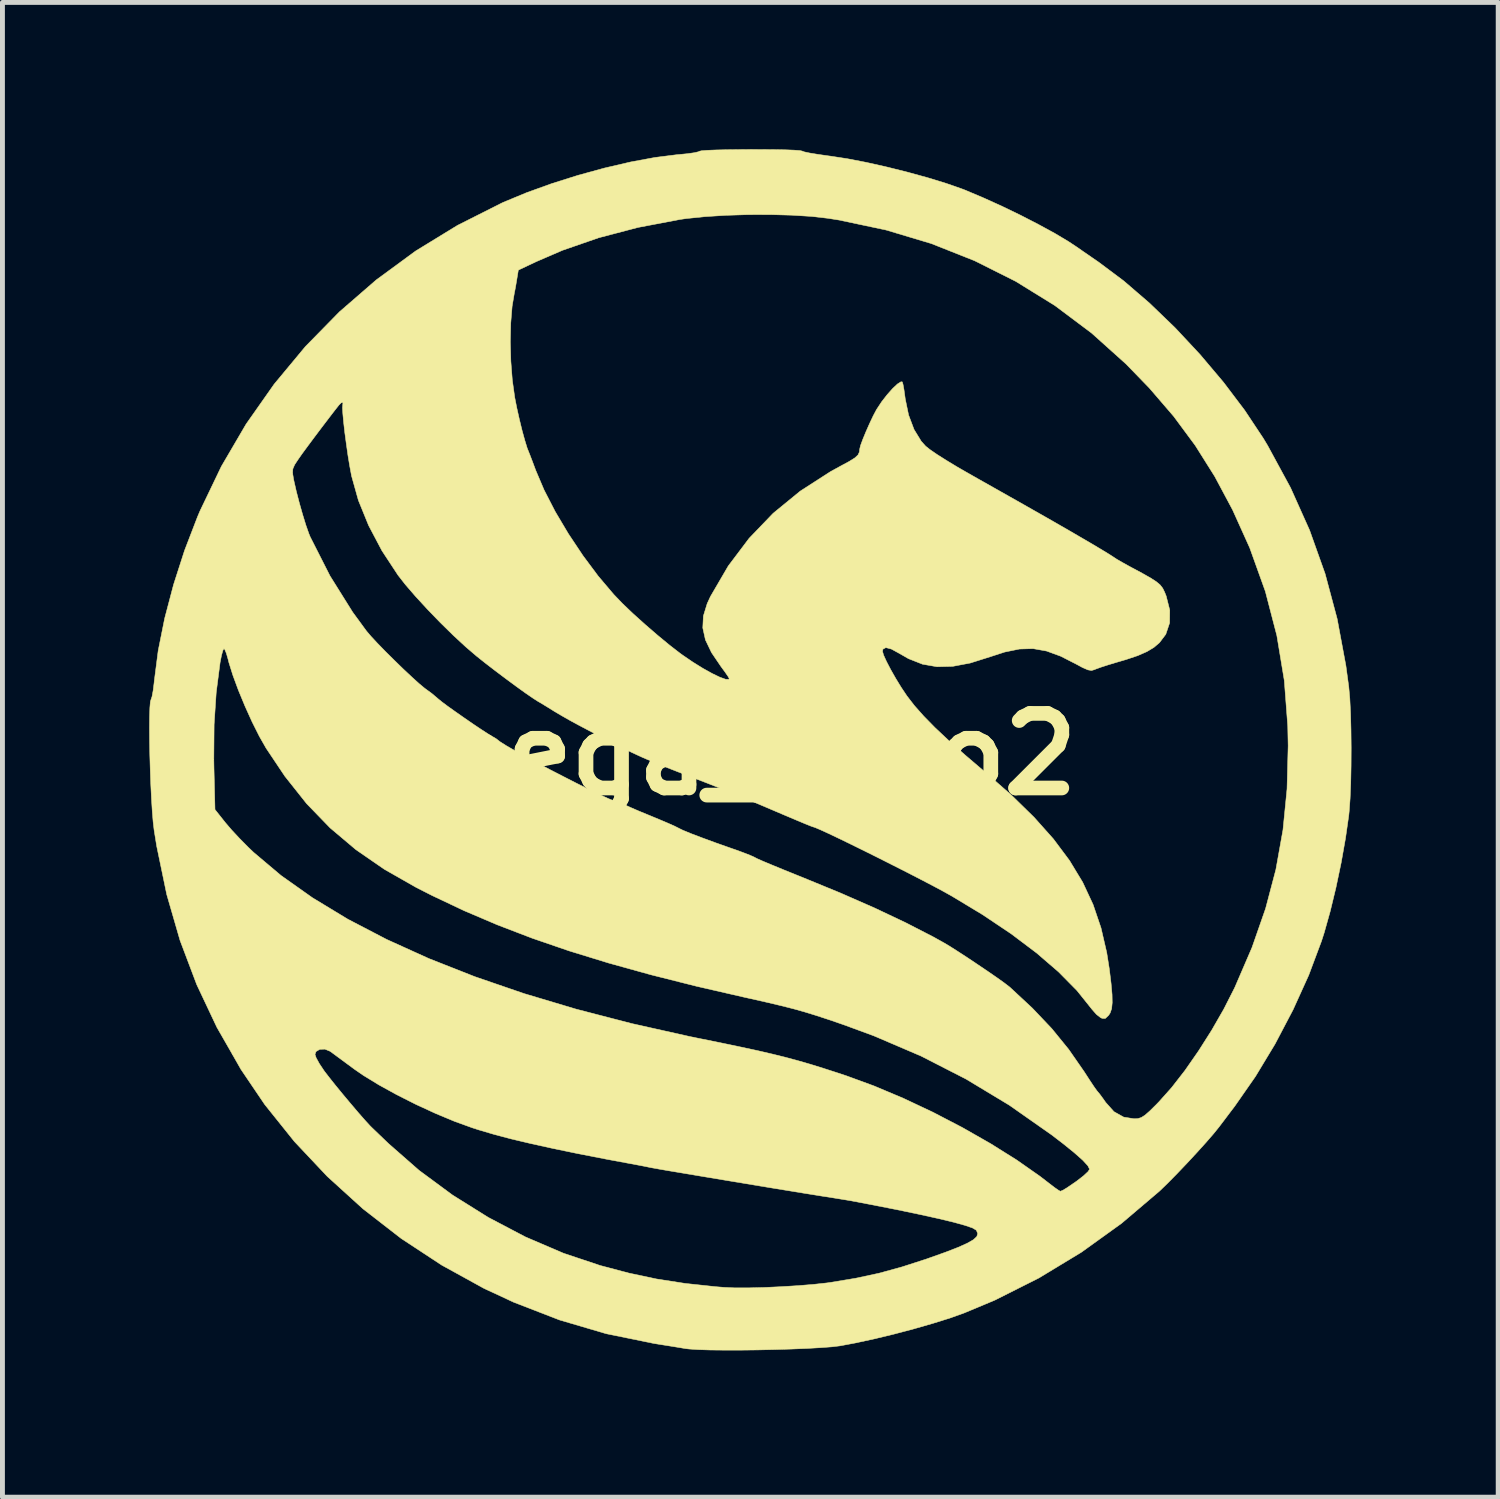
<source format=kicad_pcb>
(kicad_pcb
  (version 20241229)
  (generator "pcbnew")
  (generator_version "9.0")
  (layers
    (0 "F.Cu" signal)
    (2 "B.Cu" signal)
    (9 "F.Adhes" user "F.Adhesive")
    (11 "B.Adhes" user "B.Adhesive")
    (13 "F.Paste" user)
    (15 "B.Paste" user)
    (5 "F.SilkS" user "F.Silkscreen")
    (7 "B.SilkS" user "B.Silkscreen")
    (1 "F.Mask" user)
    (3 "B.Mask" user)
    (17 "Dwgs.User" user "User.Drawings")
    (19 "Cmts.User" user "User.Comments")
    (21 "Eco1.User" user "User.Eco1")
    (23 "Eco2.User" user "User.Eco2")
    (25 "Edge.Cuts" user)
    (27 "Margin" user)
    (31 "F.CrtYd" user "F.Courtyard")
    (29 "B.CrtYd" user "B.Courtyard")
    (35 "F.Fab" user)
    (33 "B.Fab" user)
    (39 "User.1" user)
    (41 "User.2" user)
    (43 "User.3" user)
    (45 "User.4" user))
  (footprint "pega_logo2"
    (layer "F.Cu")
    (at 12.447 12.366)
    (property "Reference" "pega_logo2" (at 0 0 0) (layer "F.SilkS") (effects (font (size 1.524 1.524) (thickness 0.3))))
    (attr through_hole)
    (fp_poly (pts (xy 0.106 -12.36) (xy 0.349 -12.358) (xy 0.564 -12.354) (xy 0.736 -12.347) (xy 0.851 -12.339) (xy 0.896 -12.329) (xy 0.896 -12.329) (xy 0.941 -12.312) (xy 1.054 -12.288) (xy 1.22 -12.261) (xy 1.422 -12.232) (xy 1.482 -12.224) (xy 1.821 -12.172) (xy 2.21 -12.097) (xy 2.628 -12.003) (xy 3.053 -11.897) (xy 3.464 -11.784) (xy 3.839 -11.669) (xy 4.157 -11.558) (xy 4.22 -11.534) (xy 4.588 -11.379) (xy 4.973 -11.205) (xy 5.358 -11.019) (xy 5.725 -10.83) (xy 6.059 -10.648) (xy 6.342 -10.479) (xy 6.498 -10.376) (xy 6.652 -10.269) (xy 6.83 -10.146) (xy 6.954 -10.061) (xy 7.47 -9.675) (xy 7.997 -9.221) (xy 8.521 -8.716) (xy 9.029 -8.172) (xy 9.508 -7.605) (xy 9.943 -7.03) (xy 10.322 -6.459) (xy 10.411 -6.311) (xy 10.88 -5.447) (xy 11.27 -4.577) (xy 11.586 -3.69) (xy 11.832 -2.771) (xy 12.011 -1.811) (xy 12.07 -1.376) (xy 12.091 -1.142) (xy 12.106 -0.843) (xy 12.115 -0.5) (xy 12.119 -0.134) (xy 12.117 0.237) (xy 12.11 0.591) (xy 12.097 0.908) (xy 12.078 1.169) (xy 12.07 1.249) (xy 12.003 1.718) (xy 11.914 2.219) (xy 11.808 2.724) (xy 11.691 3.208) (xy 11.568 3.646) (xy 11.512 3.82) (xy 11.252 4.514) (xy 10.931 5.222) (xy 10.564 5.921) (xy 10.163 6.585) (xy 9.743 7.188) (xy 9.627 7.341) (xy 9.521 7.482) (xy 9.441 7.587) (xy 9.42 7.615) (xy 9.309 7.753) (xy 9.152 7.934) (xy 8.964 8.142) (xy 8.762 8.36) (xy 8.559 8.573) (xy 8.37 8.765) (xy 8.212 8.918) (xy 8.197 8.932) (xy 7.426 9.587) (xy 6.602 10.18) (xy 5.735 10.705) (xy 4.834 11.158) (xy 4.212 11.418) (xy 3.922 11.522) (xy 3.57 11.632) (xy 3.177 11.745) (xy 2.768 11.853) (xy 2.361 11.951) (xy 1.981 12.033) (xy 1.672 12.091) (xy 1.507 12.111) (xy 1.277 12.128) (xy 0.995 12.144) (xy 0.675 12.157) (xy 0.333 12.167) (xy -0.018 12.175) (xy -0.365 12.179) (xy -0.691 12.179) (xy -0.984 12.176) (xy -1.229 12.168) (xy -1.411 12.156) (xy -1.482 12.148) (xy -1.629 12.123) (xy -1.826 12.091) (xy -2.041 12.057) (xy -2.138 12.041) (xy -3.107 11.843) (xy -4.062 11.562) (xy -5.002 11.198) (xy -5.607 10.916) (xy -6.471 10.44) (xy -7.297 9.897) (xy -8.079 9.29) (xy -8.808 8.628) (xy -9.48 7.915) (xy -10.086 7.159) (xy -10.574 6.438) (xy -10.747 6.134) (xy -9.059 6.134) (xy -9.035 6.205) (xy -8.972 6.32) (xy -8.882 6.456) (xy -8.863 6.483) (xy -8.768 6.606) (xy -8.639 6.768) (xy -8.488 6.952) (xy -8.329 7.142) (xy -8.176 7.322) (xy -8.041 7.476) (xy -7.939 7.588) (xy -7.902 7.625) (xy -7.846 7.679) (xy -7.746 7.775) (xy -7.619 7.897) (xy -7.551 7.962) (xy -6.931 8.505) (xy -6.248 9.009) (xy -5.519 9.465) (xy -4.758 9.865) (xy -3.981 10.198) (xy -3.231 10.449) (xy -2.644 10.604) (xy -2.075 10.725) (xy -1.495 10.815) (xy -0.871 10.882) (xy -0.699 10.896) (xy -0.48 10.906) (xy -0.199 10.906) (xy 0.124 10.898) (xy 0.467 10.882) (xy 0.809 10.861) (xy 1.129 10.835) (xy 1.405 10.805) (xy 1.482 10.794) (xy 1.994 10.709) (xy 2.468 10.607) (xy 2.938 10.478) (xy 3.442 10.315) (xy 3.501 10.294) (xy 3.832 10.176) (xy 4.087 10.077) (xy 4.274 9.993) (xy 4.398 9.922) (xy 4.467 9.858) (xy 4.486 9.798) (xy 4.463 9.738) (xy 4.452 9.724) (xy 4.381 9.682) (xy 4.227 9.629) (xy 3.993 9.564) (xy 3.68 9.489) (xy 3.29 9.403) (xy 2.825 9.306) (xy 2.285 9.2) (xy 1.884 9.124) (xy 1.789 9.108) (xy 1.635 9.083) (xy 1.445 9.052) (xy 1.312 9.032) (xy 1.151 9.006) (xy 0.932 8.971) (xy 0.665 8.927) (xy 0.363 8.878) (xy 0.036 8.824) (xy -0.305 8.767) (xy -0.649 8.71) (xy -0.985 8.654) (xy -1.301 8.601) (xy -1.587 8.553) (xy -1.832 8.512) (xy -2.024 8.479) (xy -2.152 8.456) (xy -2.201 8.447) (xy -2.326 8.421) (xy -2.43 8.401) (xy -3.092 8.278) (xy -3.678 8.164) (xy -4.194 8.057) (xy -4.648 7.957) (xy -5.048 7.862) (xy -5.4 7.769) (xy -5.712 7.677) (xy -5.842 7.635) (xy -6.202 7.505) (xy -6.593 7.342) (xy -6.995 7.157) (xy -7.389 6.958) (xy -7.754 6.757) (xy -8.071 6.563) (xy -8.255 6.436) (xy -8.423 6.312) (xy -8.575 6.2) (xy -8.691 6.114) (xy -8.752 6.07) (xy -8.857 6.027) (xy -8.962 6.031) (xy -9.038 6.076) (xy -9.059 6.134) (xy -10.747 6.134) (xy -11.063 5.583) (xy -11.476 4.708) (xy -11.817 3.805) (xy -12.089 2.866) (xy -12.294 1.88) (xy -12.347 1.551) (xy -12.367 1.384) (xy -12.385 1.164) (xy -12.401 0.905) (xy -12.415 0.62) (xy -12.426 0.32) (xy -12.432 0.109) (xy -11.127 0.109) (xy -11.124 0.279) (xy -11.103 1.13) (xy -10.888 1.401) (xy -10.762 1.548) (xy -10.598 1.724) (xy -10.421 1.903) (xy -10.314 2.005) (xy -9.752 2.479) (xy -9.109 2.934) (xy -8.39 3.37) (xy -7.595 3.784) (xy -6.728 4.177) (xy -5.791 4.546) (xy -4.787 4.891) (xy -3.719 5.21) (xy -2.589 5.503) (xy -1.4 5.769) (xy -1.234 5.803) (xy -0.764 5.898) (xy -0.363 5.982) (xy -0.019 6.056) (xy 0.282 6.126) (xy 0.554 6.193) (xy 0.81 6.262) (xy 1.063 6.335) (xy 1.327 6.417) (xy 1.615 6.51) (xy 1.799 6.571) (xy 2.367 6.779) (xy 2.963 7.03) (xy 3.57 7.316) (xy 4.17 7.628) (xy 4.747 7.957) (xy 5.282 8.292) (xy 5.759 8.626) (xy 5.943 8.768) (xy 6.055 8.854) (xy 6.14 8.913) (xy 6.176 8.932) (xy 6.226 8.911) (xy 6.311 8.86) (xy 6.314 8.858) (xy 6.504 8.728) (xy 6.65 8.615) (xy 6.743 8.528) (xy 6.772 8.48) (xy 6.737 8.41) (xy 6.632 8.296) (xy 6.457 8.141) (xy 6.214 7.945) (xy 5.99 7.774) (xy 5.13 7.171) (xy 4.248 6.639) (xy 3.33 6.169) (xy 2.363 5.755) (xy 1.757 5.532) (xy 1.456 5.428) (xy 1.197 5.343) (xy 0.96 5.27) (xy 0.726 5.204) (xy 0.473 5.14) (xy 0.182 5.071) (xy -0.167 4.992) (xy -0.254 4.973) (xy -1.263 4.741) (xy -2.196 4.506) (xy -3.061 4.266) (xy -3.867 4.018) (xy -4.621 3.759) (xy -5.333 3.486) (xy -6.011 3.197) (xy -6.664 2.888) (xy -6.985 2.725) (xy -7.64 2.352) (xy -8.224 1.949) (xy -8.75 1.505) (xy -9.23 1.009) (xy -9.674 0.45) (xy -10.06 -0.127) (xy -10.197 -0.368) (xy -10.344 -0.661) (xy -10.489 -0.982) (xy -10.624 -1.308) (xy -10.737 -1.614) (xy -10.82 -1.879) (xy -10.836 -1.944) (xy -10.871 -2.065) (xy -10.904 -2.143) (xy -10.92 -2.159) (xy -10.942 -2.121) (xy -10.97 -2.02) (xy -10.998 -1.878) (xy -10.999 -1.873) (xy -11.078 -1.261) (xy -11.121 -0.605) (xy -11.127 0.109) (xy -12.432 0.109) (xy -12.435 0.018) (xy -12.44 -0.273) (xy -12.442 -0.54) (xy -12.44 -0.77) (xy -12.434 -0.952) (xy -12.424 -1.071) (xy -12.412 -1.114) (xy -12.39 -1.178) (xy -12.367 -1.302) (xy -12.347 -1.462) (xy -12.344 -1.495) (xy -12.264 -2.116) (xy -12.131 -2.779) (xy -11.949 -3.469) (xy -11.725 -4.165) (xy -11.461 -4.851) (xy -11.409 -4.974) (xy -11.039 -5.745) (xy -9.517 -5.745) (xy -9.496 -5.619) (xy -9.487 -5.577) (xy -9.44 -5.37) (xy -9.379 -5.136) (xy -9.312 -4.9) (xy -9.246 -4.685) (xy -9.186 -4.514) (xy -9.158 -4.445) (xy -8.752 -3.645) (xy -8.288 -2.903) (xy -8.007 -2.519) (xy -7.916 -2.412) (xy -7.782 -2.268) (xy -7.617 -2.098) (xy -7.435 -1.918) (xy -7.251 -1.739) (xy -7.077 -1.576) (xy -6.928 -1.441) (xy -6.816 -1.348) (xy -6.779 -1.321) (xy -6.672 -1.243) (xy -6.556 -1.145) (xy -6.54 -1.131) (xy -6.469 -1.073) (xy -6.346 -0.981) (xy -6.187 -0.868) (xy -6.01 -0.744) (xy -5.829 -0.619) (xy -5.66 -0.506) (xy -5.52 -0.415) (xy -5.424 -0.357) (xy -5.397 -0.343) (xy -5.338 -0.305) (xy -5.334 -0.3) (xy -5.274 -0.254) (xy -5.151 -0.176) (xy -4.975 -0.075) (xy -4.758 0.045) (xy -4.512 0.178) (xy -4.249 0.318) (xy -3.979 0.457) (xy -3.715 0.592) (xy -3.467 0.715) (xy -3.248 0.821) (xy -3.07 0.903) (xy -2.942 0.956) (xy -2.88 0.974) (xy -2.795 0.994) (xy -2.771 1.009) (xy -2.718 1.038) (xy -2.603 1.09) (xy -2.442 1.16) (xy -2.25 1.239) (xy -2.223 1.25) (xy -2.023 1.333) (xy -1.846 1.408) (xy -1.711 1.468) (xy -1.633 1.507) (xy -1.63 1.509) (xy -1.54 1.553) (xy -1.378 1.62) (xy -1.149 1.707) (xy -0.863 1.812) (xy -0.526 1.931) (xy -0.47 1.95) (xy -0.306 2.01) (xy -0.17 2.063) (xy -0.084 2.101) (xy -0.068 2.11) (xy -0.017 2.136) (xy 0.101 2.188) (xy 0.276 2.261) (xy 0.494 2.351) (xy 0.744 2.452) (xy 0.91 2.519) (xy 1.684 2.837) (xy 2.381 3.143) (xy 3.009 3.44) (xy 3.573 3.73) (xy 3.789 3.85) (xy 3.912 3.923) (xy 4.08 4.03) (xy 4.277 4.158) (xy 4.486 4.298) (xy 4.692 4.437) (xy 4.879 4.566) (xy 5.03 4.674) (xy 5.129 4.75) (xy 5.144 4.762) (xy 5.603 5.189) (xy 5.998 5.605) (xy 6.345 6.031) (xy 6.659 6.483) (xy 6.669 6.498) (xy 6.771 6.656) (xy 6.858 6.787) (xy 6.919 6.873) (xy 6.941 6.9) (xy 6.979 6.945) (xy 7.046 7.036) (xy 7.102 7.116) (xy 7.271 7.305) (xy 7.469 7.416) (xy 7.682 7.45) (xy 7.76 7.446) (xy 7.828 7.425) (xy 7.903 7.378) (xy 7.999 7.294) (xy 8.133 7.162) (xy 8.192 7.101) (xy 8.45 6.812) (xy 8.723 6.461) (xy 8.999 6.064) (xy 9.267 5.642) (xy 9.515 5.21) (xy 9.73 4.787) (xy 9.742 4.762) (xy 10.092 3.95) (xy 10.37 3.153) (xy 10.58 2.357) (xy 10.725 1.547) (xy 10.808 0.709) (xy 10.831 -0.173) (xy 10.823 -0.572) (xy 10.752 -1.508) (xy 10.6 -2.426) (xy 10.365 -3.329) (xy 10.046 -4.218) (xy 9.696 -4.994) (xy 9.33 -5.679) (xy 8.933 -6.31) (xy 8.492 -6.906) (xy 7.993 -7.486) (xy 7.52 -7.974) (xy 6.815 -8.607) (xy 6.063 -9.171) (xy 5.264 -9.665) (xy 4.422 -10.087) (xy 3.537 -10.438) (xy 2.612 -10.715) (xy 1.65 -10.919) (xy 1.428 -10.954) (xy 1.088 -10.993) (xy 0.687 -11.018) (xy 0.246 -11.03) (xy -0.213 -11.029) (xy -0.666 -11.015) (xy -1.093 -10.988) (xy -1.471 -10.949) (xy -1.597 -10.931) (xy -2.46 -10.767) (xy -3.259 -10.557) (xy -4.001 -10.3) (xy -4.536 -10.069) (xy -4.903 -9.896) (xy -4.935 -9.7) (xy -4.957 -9.568) (xy -4.976 -9.466) (xy -4.982 -9.44) (xy -5.03 -9.156) (xy -5.058 -8.811) (xy -5.067 -8.43) (xy -5.056 -8.034) (xy -5.026 -7.646) (xy -4.976 -7.29) (xy -4.934 -7.077) (xy -4.882 -6.845) (xy -4.826 -6.616) (xy -4.77 -6.413) (xy -4.722 -6.257) (xy -4.7 -6.202) (xy -4.668 -6.122) (xy -4.617 -5.989) (xy -4.558 -5.831) (xy -4.551 -5.811) (xy -4.377 -5.402) (xy -4.15 -4.961) (xy -3.881 -4.508) (xy -3.584 -4.062) (xy -3.271 -3.642) (xy -2.955 -3.269) (xy -2.773 -3.079) (xy -2.556 -2.872) (xy -2.308 -2.649) (xy -2.052 -2.428) (xy -1.807 -2.226) (xy -1.595 -2.062) (xy -1.545 -2.026) (xy -1.334 -1.882) (xy -1.129 -1.755) (xy -0.942 -1.651) (xy -0.784 -1.575) (xy -0.667 -1.533) (xy -0.602 -1.53) (xy -0.593 -1.547) (xy -0.616 -1.59) (xy -0.678 -1.68) (xy -0.759 -1.79) (xy -0.955 -2.079) (xy -1.079 -2.338) (xy -1.133 -2.583) (xy -1.121 -2.826) (xy -1.043 -3.08) (xy -0.976 -3.225) (xy -0.612 -3.849) (xy -0.185 -4.415) (xy 0.305 -4.925) (xy 0.858 -5.378) (xy 1.474 -5.775) (xy 1.681 -5.889) (xy 1.859 -5.985) (xy 1.974 -6.057) (xy 2.039 -6.117) (xy 2.067 -6.177) (xy 2.074 -6.238) (xy 2.091 -6.31) (xy 2.137 -6.435) (xy 2.202 -6.593) (xy 2.276 -6.76) (xy 2.35 -6.917) (xy 2.415 -7.04) (xy 2.423 -7.053) (xy 2.523 -7.205) (xy 2.636 -7.35) (xy 2.748 -7.476) (xy 2.846 -7.568) (xy 2.918 -7.613) (xy 2.945 -7.61) (xy 2.959 -7.562) (xy 2.979 -7.452) (xy 3 -7.301) (xy 3.005 -7.263) (xy 3.073 -6.934) (xy 3.184 -6.639) (xy 3.332 -6.397) (xy 3.422 -6.297) (xy 3.51 -6.227) (xy 3.657 -6.126) (xy 3.847 -6.006) (xy 4.063 -5.875) (xy 4.233 -5.777) (xy 4.509 -5.62) (xy 4.819 -5.445) (xy 5.132 -5.268) (xy 5.414 -5.109) (xy 5.503 -5.058) (xy 5.796 -4.892) (xy 6.088 -4.725) (xy 6.369 -4.563) (xy 6.628 -4.412) (xy 6.857 -4.278) (xy 7.044 -4.166) (xy 7.18 -4.083) (xy 7.256 -4.034) (xy 7.265 -4.028) (xy 7.322 -3.99) (xy 7.434 -3.925) (xy 7.578 -3.845) (xy 7.624 -3.82) (xy 7.853 -3.697) (xy 8.019 -3.603) (xy 8.135 -3.528) (xy 8.214 -3.462) (xy 8.267 -3.394) (xy 8.306 -3.314) (xy 8.338 -3.234) (xy 8.411 -2.946) (xy 8.408 -2.684) (xy 8.33 -2.452) (xy 8.201 -2.281) (xy 8.086 -2.183) (xy 7.944 -2.098) (xy 7.76 -2.017) (xy 7.516 -1.935) (xy 7.338 -1.883) (xy 7.161 -1.83) (xy 7.006 -1.78) (xy 6.899 -1.741) (xy 6.873 -1.73) (xy 6.813 -1.712) (xy 6.737 -1.725) (xy 6.627 -1.773) (xy 6.509 -1.837) (xy 6.182 -2.004) (xy 5.892 -2.11) (xy 5.618 -2.159) (xy 5.34 -2.151) (xy 5.037 -2.089) (xy 4.741 -1.993) (xy 4.335 -1.865) (xy 3.976 -1.797) (xy 3.654 -1.789) (xy 3.357 -1.841) (xy 3.071 -1.954) (xy 2.888 -2.059) (xy 2.722 -2.15) (xy 2.609 -2.18) (xy 2.549 -2.148) (xy 2.54 -2.103) (xy 2.562 -2.027) (xy 2.621 -1.897) (xy 2.707 -1.732) (xy 2.811 -1.549) (xy 2.923 -1.366) (xy 3.034 -1.2) (xy 3.04 -1.191) (xy 3.193 -0.993) (xy 3.382 -0.78) (xy 3.613 -0.544) (xy 3.894 -0.28) (xy 4.232 0.019) (xy 4.632 0.36) (xy 4.635 0.362) (xy 5.175 0.835) (xy 5.639 1.289) (xy 6.033 1.731) (xy 6.362 2.171) (xy 6.631 2.615) (xy 6.844 3.072) (xy 7.006 3.549) (xy 7.123 4.054) (xy 7.176 4.389) (xy 7.212 4.685) (xy 7.232 4.912) (xy 7.235 5.079) (xy 7.223 5.2) (xy 7.193 5.287) (xy 7.162 5.335) (xy 7.095 5.399) (xy 7.03 5.398) (xy 6.996 5.382) (xy 6.912 5.316) (xy 6.823 5.215) (xy 6.809 5.197) (xy 6.514 4.829) (xy 6.139 4.449) (xy 5.69 4.062) (xy 5.17 3.67) (xy 4.585 3.278) (xy 3.959 2.9) (xy 3.796 2.809) (xy 3.586 2.696) (xy 3.339 2.567) (xy 3.066 2.426) (xy 2.776 2.279) (xy 2.481 2.13) (xy 2.19 1.985) (xy 1.914 1.849) (xy 1.663 1.727) (xy 1.447 1.624) (xy 1.277 1.546) (xy 1.162 1.497) (xy 1.115 1.482) (xy 1.07 1.466) (xy 0.961 1.422) (xy 0.803 1.356) (xy 0.609 1.274) (xy 0.493 1.225) (xy 0.151 1.079) (xy -0.132 0.959) (xy -0.376 0.857) (xy -0.598 0.766) (xy -0.82 0.678) (xy -1.059 0.584) (xy -1.312 0.487) (xy -1.642 0.359) (xy -1.917 0.251) (xy -2.154 0.155) (xy -2.368 0.063) (xy -2.576 -0.033) (xy -2.793 -0.139) (xy -3.037 -0.263) (xy -3.323 -0.412) (xy -3.662 -0.591) (xy -3.843 -0.689) (xy -4.02 -0.79) (xy -4.163 -0.874) (xy -4.191 -0.892) (xy -4.328 -0.977) (xy -4.457 -1.055) (xy -4.504 -1.082) (xy -4.605 -1.147) (xy -4.758 -1.252) (xy -4.947 -1.388) (xy -5.158 -1.544) (xy -5.376 -1.708) (xy -5.585 -1.869) (xy -5.757 -2.006) (xy -5.98 -2.197) (xy -6.232 -2.43) (xy -6.497 -2.69) (xy -6.759 -2.961) (xy -7.002 -3.225) (xy -7.211 -3.467) (xy -7.362 -3.66) (xy -7.69 -4.159) (xy -7.962 -4.674) (xy -8.172 -5.19) (xy -8.312 -5.69) (xy -8.315 -5.707) (xy -8.35 -5.894) (xy -8.386 -6.112) (xy -8.419 -6.345) (xy -8.45 -6.575) (xy -8.474 -6.787) (xy -8.49 -6.962) (xy -8.497 -7.085) (xy -8.493 -7.135) (xy -8.487 -7.19) (xy -8.524 -7.183) (xy -8.568 -7.139) (xy -8.658 -7.025) (xy -8.78 -6.866) (xy -8.921 -6.681) (xy -9.067 -6.487) (xy -9.204 -6.303) (xy -9.318 -6.148) (xy -9.394 -6.04) (xy -9.397 -6.036) (xy -9.475 -5.918) (xy -9.512 -5.832) (xy -9.517 -5.745) (xy -11.039 -5.745) (xy -10.973 -5.883) (xy -10.467 -6.748) (xy -9.893 -7.565) (xy -9.256 -8.332) (xy -8.559 -9.043) (xy -7.806 -9.696) (xy -7.002 -10.286) (xy -6.148 -10.809) (xy -5.25 -11.262) (xy -5.208 -11.282) (xy -4.735 -11.478) (xy -4.219 -11.664) (xy -3.68 -11.834) (xy -3.136 -11.983) (xy -2.606 -12.106) (xy -2.109 -12.198) (xy -1.665 -12.254) (xy -1.618 -12.258) (xy -1.445 -12.275) (xy -1.305 -12.295) (xy -1.219 -12.315) (xy -1.203 -12.325) (xy -1.156 -12.335) (xy -1.039 -12.344) (xy -0.866 -12.351) (xy -0.651 -12.356) (xy -0.408 -12.359) (xy -0.151 -12.361) (xy 0.106 -12.36)) (stroke (width 0.01) (type solid)) (fill yes) (layer "F.SilkS")))
  (gr_rect
    (start -3 -3)
    (end 27.571 27.55)
    (stroke (width 0.1) (type default))
    (fill no)
    (layer "Edge.Cuts")))
</source>
